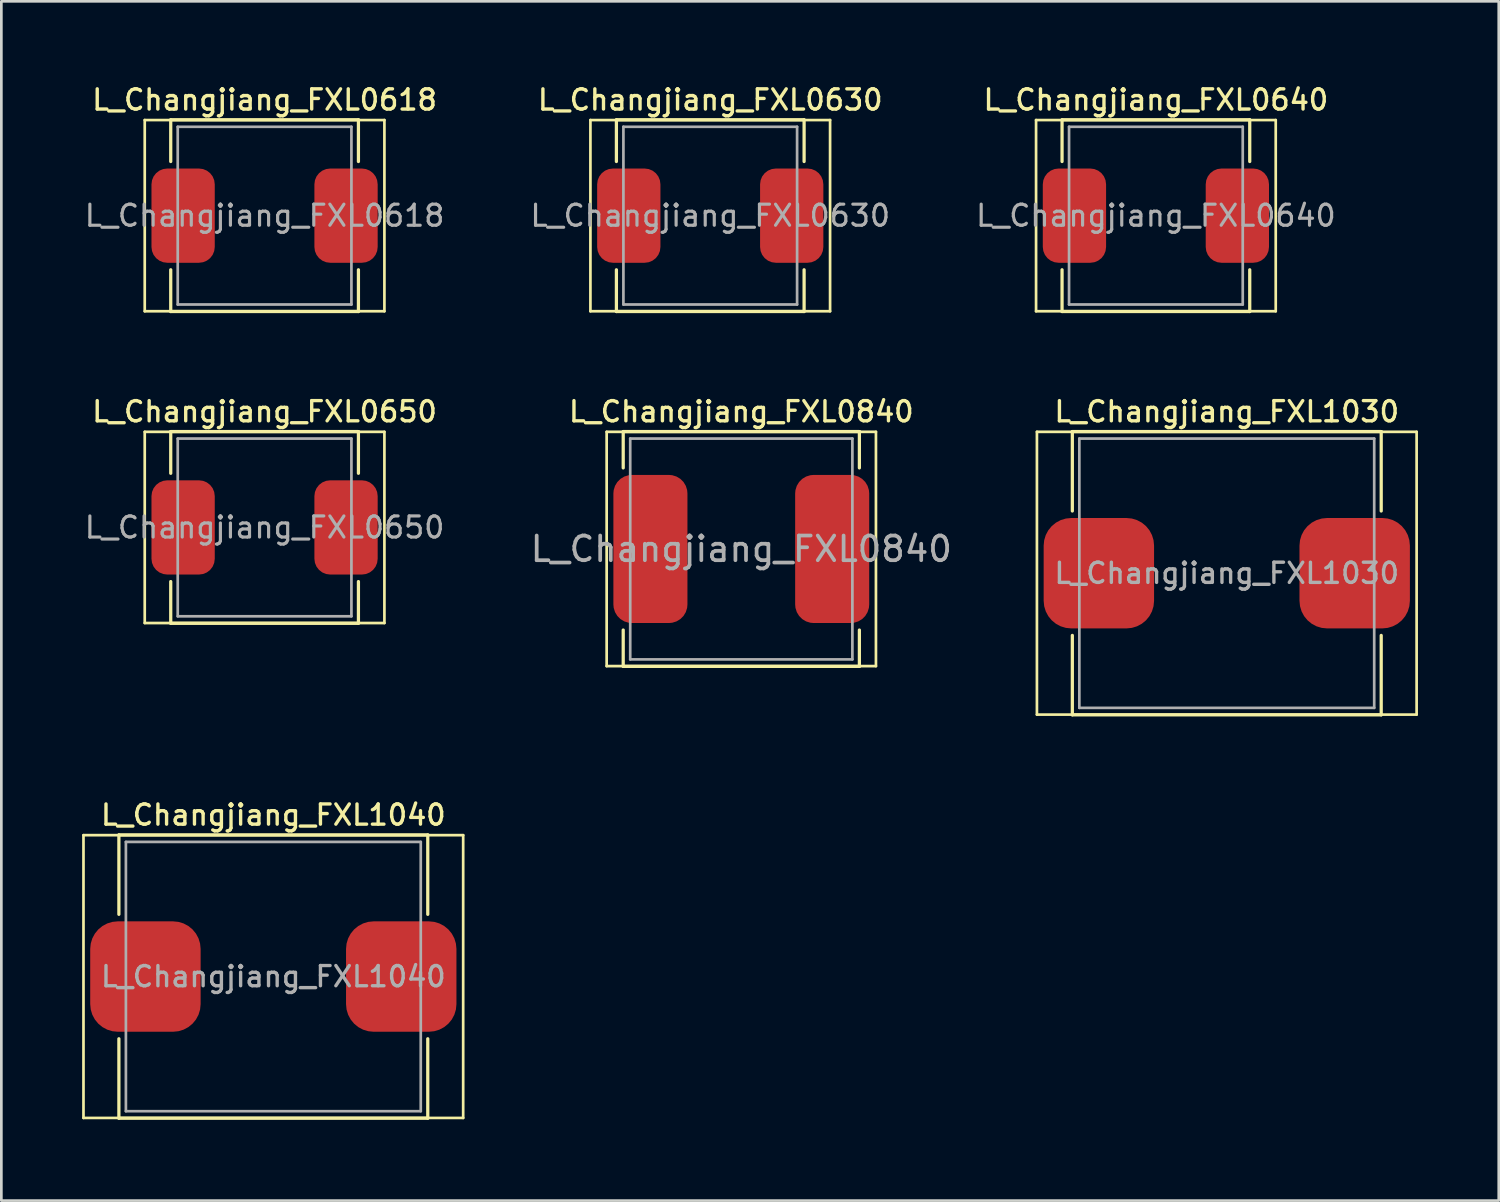
<source format=kicad_pcb>
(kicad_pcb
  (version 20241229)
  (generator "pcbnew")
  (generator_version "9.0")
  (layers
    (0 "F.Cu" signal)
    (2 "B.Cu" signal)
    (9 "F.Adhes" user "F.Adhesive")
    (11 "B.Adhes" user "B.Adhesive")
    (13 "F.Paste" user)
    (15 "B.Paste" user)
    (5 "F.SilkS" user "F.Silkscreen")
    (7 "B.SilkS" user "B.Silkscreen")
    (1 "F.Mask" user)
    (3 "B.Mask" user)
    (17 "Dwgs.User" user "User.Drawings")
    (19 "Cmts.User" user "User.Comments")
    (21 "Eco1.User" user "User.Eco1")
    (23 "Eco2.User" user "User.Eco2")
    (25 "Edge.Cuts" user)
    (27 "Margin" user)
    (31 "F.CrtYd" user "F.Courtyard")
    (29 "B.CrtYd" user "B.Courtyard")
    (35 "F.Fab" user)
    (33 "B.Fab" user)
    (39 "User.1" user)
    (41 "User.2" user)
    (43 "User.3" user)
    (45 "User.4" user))
  (footprint "L_Changjiang_FXL0840"
    (layer "F.Cu")
    (at 24.478 17.336)
    (property "Reference" "L_Changjiang_FXL0840" (at 0 -5.1 0) (layer "F.SilkS") (effects (font (size 0.75 0.75) (thickness 0.125))))
    (attr smd)
    (fp_line (start -5 -4.35) (end -5 4.35) (stroke (width 0.1) (type solid)) (layer "F.SilkS"))
    (fp_line (start -5 4.35) (end 5 4.35) (stroke (width 0.1) (type solid)) (layer "F.SilkS"))
    (fp_line (start -4.385 -4.36) (end -4.385 -3.01) (stroke (width 0.12) (type solid)) (layer "F.SilkS"))
    (fp_line (start -4.385 -4.36) (end 4.385 -4.36) (stroke (width 0.12) (type solid)) (layer "F.SilkS"))
    (fp_line (start -4.385 4.36) (end -4.385 3.01) (stroke (width 0.12) (type solid)) (layer "F.SilkS"))
    (fp_line (start -4.385 4.36) (end 4.385 4.36) (stroke (width 0.12) (type solid)) (layer "F.SilkS"))
    (fp_line (start 4.385 -4.36) (end 4.385 -3.01) (stroke (width 0.12) (type solid)) (layer "F.SilkS"))
    (fp_line (start 4.385 4.36) (end 4.385 3.01) (stroke (width 0.12) (type solid)) (layer "F.SilkS"))
    (fp_line (start 5 -4.35) (end -5 -4.35) (stroke (width 0.1) (type solid)) (layer "F.SilkS"))
    (fp_line (start 5 4.35) (end 5 -4.35) (stroke (width 0.1) (type solid)) (layer "F.SilkS"))
    (fp_line (start -4.125 -4.1) (end -4.125 4.1) (stroke (width 0.1) (type solid)) (layer "F.Fab"))
    (fp_line (start -4.125 4.1) (end 4.125 4.1) (stroke (width 0.1) (type solid)) (layer "F.Fab"))
    (fp_line (start 4.125 -4.1) (end -4.125 -4.1) (stroke (width 0.1) (type solid)) (layer "F.Fab"))
    (fp_line (start 4.125 4.1) (end 4.125 -4.1) (stroke (width 0.1) (type solid)) (layer "F.Fab"))
    (fp_text user "${REFERENCE}" (at 0 0 0) (layer "F.Fab") (effects (font (size 0.917 0.917) (thickness 0.138))))
    (pad "1" smd roundrect (at -3.375 0) (size 2.75 5.5) (layers "F.Cu" "F.Mask" "F.Paste") (roundrect_rratio 0.25))
    (pad "2" smd roundrect (at 3.375 0) (size 2.75 5.5) (layers "F.Cu" "F.Mask" "F.Paste") (roundrect_rratio 0.25)))
  (footprint "L_Changjiang_FXL1040"
    (layer "F.Cu")
    (at 7.1 33.214)
    (property "Reference" "L_Changjiang_FXL1040" (at 0 -6 0) (layer "F.SilkS") (effects (font (size 0.75 0.75) (thickness 0.125))))
    (attr smd)
    (fp_line (start -7.05 -5.25) (end -7.05 5.25) (stroke (width 0.1) (type solid)) (layer "F.SilkS"))
    (fp_line (start -7.05 5.25) (end 7.05 5.25) (stroke (width 0.1) (type solid)) (layer "F.SilkS"))
    (fp_line (start -5.735 -5.26) (end -5.735 -2.31) (stroke (width 0.12) (type solid)) (layer "F.SilkS"))
    (fp_line (start -5.735 -5.26) (end 5.735 -5.26) (stroke (width 0.12) (type solid)) (layer "F.SilkS"))
    (fp_line (start -5.735 5.26) (end -5.735 2.31) (stroke (width 0.12) (type solid)) (layer "F.SilkS"))
    (fp_line (start -5.735 5.26) (end 5.735 5.26) (stroke (width 0.12) (type solid)) (layer "F.SilkS"))
    (fp_line (start 5.735 -5.26) (end 5.735 -2.31) (stroke (width 0.12) (type solid)) (layer "F.SilkS"))
    (fp_line (start 5.735 5.26) (end 5.735 2.31) (stroke (width 0.12) (type solid)) (layer "F.SilkS"))
    (fp_line (start 7.05 -5.25) (end -7.05 -5.25) (stroke (width 0.1) (type solid)) (layer "F.SilkS"))
    (fp_line (start 7.05 5.25) (end 7.05 -5.25) (stroke (width 0.1) (type solid)) (layer "F.SilkS"))
    (fp_line (start -5.475 -5) (end -5.475 5) (stroke (width 0.1) (type solid)) (layer "F.Fab"))
    (fp_line (start -5.475 5) (end 5.475 5) (stroke (width 0.1) (type solid)) (layer "F.Fab"))
    (fp_line (start 5.475 -5) (end -5.475 -5) (stroke (width 0.1) (type solid)) (layer "F.Fab"))
    (fp_line (start 5.475 5) (end 5.475 -5) (stroke (width 0.1) (type solid)) (layer "F.Fab"))
    (fp_text user "${REFERENCE}" (at 0 0 0) (layer "F.Fab") (effects (font (size 0.75 0.75) (thickness 0.125))))
    (pad "1" smd roundrect (at -4.75 0) (size 4.1 4.1) (layers "F.Cu" "F.Mask" "F.Paste") (roundrect_rratio 0.25))
    (pad "2" smd roundrect (at 4.75 0) (size 4.1 4.1) (layers "F.Cu" "F.Mask" "F.Paste") (roundrect_rratio 0.25)))
  (footprint "L_Changjiang_FXL0640"
    (layer "F.Cu")
    (at 39.874 4.958)
    (property "Reference" "L_Changjiang_FXL0640" (at 0 -4.3 0) (layer "F.SilkS") (effects (font (size 0.75 0.75) (thickness 0.125))))
    (attr smd)
    (fp_line (start -4.45 -3.55) (end -4.45 3.55) (stroke (width 0.1) (type solid)) (layer "F.SilkS"))
    (fp_line (start -4.45 3.55) (end 4.45 3.55) (stroke (width 0.1) (type solid)) (layer "F.SilkS"))
    (fp_line (start -3.485 -3.56) (end -3.485 -2.01) (stroke (width 0.12) (type solid)) (layer "F.SilkS"))
    (fp_line (start -3.485 -3.56) (end 3.485 -3.56) (stroke (width 0.12) (type solid)) (layer "F.SilkS"))
    (fp_line (start -3.485 3.56) (end -3.485 2.01) (stroke (width 0.12) (type solid)) (layer "F.SilkS"))
    (fp_line (start -3.485 3.56) (end 3.485 3.56) (stroke (width 0.12) (type solid)) (layer "F.SilkS"))
    (fp_line (start 3.485 -3.56) (end 3.485 -2.01) (stroke (width 0.12) (type solid)) (layer "F.SilkS"))
    (fp_line (start 3.485 3.56) (end 3.485 2.01) (stroke (width 0.12) (type solid)) (layer "F.SilkS"))
    (fp_line (start 4.45 -3.55) (end -4.45 -3.55) (stroke (width 0.1) (type solid)) (layer "F.SilkS"))
    (fp_line (start 4.45 3.55) (end 4.45 -3.55) (stroke (width 0.1) (type solid)) (layer "F.SilkS"))
    (fp_line (start -3.225 -3.3) (end -3.225 3.3) (stroke (width 0.1) (type solid)) (layer "F.Fab"))
    (fp_line (start -3.225 3.3) (end 3.225 3.3) (stroke (width 0.1) (type solid)) (layer "F.Fab"))
    (fp_line (start 3.225 -3.3) (end -3.225 -3.3) (stroke (width 0.1) (type solid)) (layer "F.Fab"))
    (fp_line (start 3.225 3.3) (end 3.225 -3.3) (stroke (width 0.1) (type solid)) (layer "F.Fab"))
    (fp_text user "${REFERENCE}" (at 0 0 0) (layer "F.Fab") (effects (font (size 0.783 0.783) (thickness 0.117))))
    (pad "1" smd roundrect (at -3.025 0) (size 2.35 3.5) (layers "F.Cu" "F.Mask" "F.Paste") (roundrect_rratio 0.25))
    (pad "2" smd roundrect (at 3.025 0) (size 2.35 3.5) (layers "F.Cu" "F.Mask" "F.Paste") (roundrect_rratio 0.25)))
  (footprint "L_Changjiang_FXL0630"
    (layer "F.Cu")
    (at 23.325 4.958)
    (property "Reference" "L_Changjiang_FXL0630" (at 0 -4.3 0) (layer "F.SilkS") (effects (font (size 0.75 0.75) (thickness 0.125))))
    (attr smd)
    (fp_line (start -4.45 -3.55) (end -4.45 3.55) (stroke (width 0.1) (type solid)) (layer "F.SilkS"))
    (fp_line (start -4.45 3.55) (end 4.45 3.55) (stroke (width 0.1) (type solid)) (layer "F.SilkS"))
    (fp_line (start -3.485 -3.56) (end -3.485 -2.01) (stroke (width 0.12) (type solid)) (layer "F.SilkS"))
    (fp_line (start -3.485 -3.56) (end 3.485 -3.56) (stroke (width 0.12) (type solid)) (layer "F.SilkS"))
    (fp_line (start -3.485 3.56) (end -3.485 2.01) (stroke (width 0.12) (type solid)) (layer "F.SilkS"))
    (fp_line (start -3.485 3.56) (end 3.485 3.56) (stroke (width 0.12) (type solid)) (layer "F.SilkS"))
    (fp_line (start 3.485 -3.56) (end 3.485 -2.01) (stroke (width 0.12) (type solid)) (layer "F.SilkS"))
    (fp_line (start 3.485 3.56) (end 3.485 2.01) (stroke (width 0.12) (type solid)) (layer "F.SilkS"))
    (fp_line (start 4.45 -3.55) (end -4.45 -3.55) (stroke (width 0.1) (type solid)) (layer "F.SilkS"))
    (fp_line (start 4.45 3.55) (end 4.45 -3.55) (stroke (width 0.1) (type solid)) (layer "F.SilkS"))
    (fp_line (start -3.225 -3.3) (end -3.225 3.3) (stroke (width 0.1) (type solid)) (layer "F.Fab"))
    (fp_line (start -3.225 3.3) (end 3.225 3.3) (stroke (width 0.1) (type solid)) (layer "F.Fab"))
    (fp_line (start 3.225 -3.3) (end -3.225 -3.3) (stroke (width 0.1) (type solid)) (layer "F.Fab"))
    (fp_line (start 3.225 3.3) (end 3.225 -3.3) (stroke (width 0.1) (type solid)) (layer "F.Fab"))
    (fp_text user "${REFERENCE}" (at 0 0 0) (layer "F.Fab") (effects (font (size 0.783 0.783) (thickness 0.117))))
    (pad "1" smd roundrect (at -3.025 0) (size 2.35 3.5) (layers "F.Cu" "F.Mask" "F.Paste") (roundrect_rratio 0.25))
    (pad "2" smd roundrect (at 3.025 0) (size 2.35 3.5) (layers "F.Cu" "F.Mask" "F.Paste") (roundrect_rratio 0.25)))
  (footprint "L_Changjiang_FXL0650"
    (layer "F.Cu")
    (at 6.775 16.536)
    (property "Reference" "L_Changjiang_FXL0650" (at 0 -4.3 0) (layer "F.SilkS") (effects (font (size 0.75 0.75) (thickness 0.125))))
    (attr smd)
    (fp_line (start -4.45 -3.55) (end -4.45 3.55) (stroke (width 0.1) (type solid)) (layer "F.SilkS"))
    (fp_line (start -4.45 3.55) (end 4.45 3.55) (stroke (width 0.1) (type solid)) (layer "F.SilkS"))
    (fp_line (start -3.485 -3.56) (end -3.485 -2.01) (stroke (width 0.12) (type solid)) (layer "F.SilkS"))
    (fp_line (start -3.485 -3.56) (end 3.485 -3.56) (stroke (width 0.12) (type solid)) (layer "F.SilkS"))
    (fp_line (start -3.485 3.56) (end -3.485 2.01) (stroke (width 0.12) (type solid)) (layer "F.SilkS"))
    (fp_line (start -3.485 3.56) (end 3.485 3.56) (stroke (width 0.12) (type solid)) (layer "F.SilkS"))
    (fp_line (start 3.485 -3.56) (end 3.485 -2.01) (stroke (width 0.12) (type solid)) (layer "F.SilkS"))
    (fp_line (start 3.485 3.56) (end 3.485 2.01) (stroke (width 0.12) (type solid)) (layer "F.SilkS"))
    (fp_line (start 4.45 -3.55) (end -4.45 -3.55) (stroke (width 0.1) (type solid)) (layer "F.SilkS"))
    (fp_line (start 4.45 3.55) (end 4.45 -3.55) (stroke (width 0.1) (type solid)) (layer "F.SilkS"))
    (fp_line (start -3.225 -3.3) (end -3.225 3.3) (stroke (width 0.1) (type solid)) (layer "F.Fab"))
    (fp_line (start -3.225 3.3) (end 3.225 3.3) (stroke (width 0.1) (type solid)) (layer "F.Fab"))
    (fp_line (start 3.225 -3.3) (end -3.225 -3.3) (stroke (width 0.1) (type solid)) (layer "F.Fab"))
    (fp_line (start 3.225 3.3) (end 3.225 -3.3) (stroke (width 0.1) (type solid)) (layer "F.Fab"))
    (fp_text user "${REFERENCE}" (at 0 0 0) (layer "F.Fab") (effects (font (size 0.783 0.783) (thickness 0.117))))
    (pad "1" smd roundrect (at -3.025 0) (size 2.35 3.5) (layers "F.Cu" "F.Mask" "F.Paste") (roundrect_rratio 0.25))
    (pad "2" smd roundrect (at 3.025 0) (size 2.35 3.5) (layers "F.Cu" "F.Mask" "F.Paste") (roundrect_rratio 0.25)))
  (footprint "L_Changjiang_FXL0618"
    (layer "F.Cu")
    (at 6.775 4.958)
    (property "Reference" "L_Changjiang_FXL0618" (at 0 -4.3 0) (layer "F.SilkS") (effects (font (size 0.75 0.75) (thickness 0.125))))
    (attr smd)
    (fp_line (start -4.45 -3.55) (end -4.45 3.55) (stroke (width 0.1) (type solid)) (layer "F.SilkS"))
    (fp_line (start -4.45 3.55) (end 4.45 3.55) (stroke (width 0.1) (type solid)) (layer "F.SilkS"))
    (fp_line (start -3.485 -3.56) (end -3.485 -2.01) (stroke (width 0.12) (type solid)) (layer "F.SilkS"))
    (fp_line (start -3.485 -3.56) (end 3.485 -3.56) (stroke (width 0.12) (type solid)) (layer "F.SilkS"))
    (fp_line (start -3.485 3.56) (end -3.485 2.01) (stroke (width 0.12) (type solid)) (layer "F.SilkS"))
    (fp_line (start -3.485 3.56) (end 3.485 3.56) (stroke (width 0.12) (type solid)) (layer "F.SilkS"))
    (fp_line (start 3.485 -3.56) (end 3.485 -2.01) (stroke (width 0.12) (type solid)) (layer "F.SilkS"))
    (fp_line (start 3.485 3.56) (end 3.485 2.01) (stroke (width 0.12) (type solid)) (layer "F.SilkS"))
    (fp_line (start 4.45 -3.55) (end -4.45 -3.55) (stroke (width 0.1) (type solid)) (layer "F.SilkS"))
    (fp_line (start 4.45 3.55) (end 4.45 -3.55) (stroke (width 0.1) (type solid)) (layer "F.SilkS"))
    (fp_line (start -3.225 -3.3) (end -3.225 3.3) (stroke (width 0.1) (type solid)) (layer "F.Fab"))
    (fp_line (start -3.225 3.3) (end 3.225 3.3) (stroke (width 0.1) (type solid)) (layer "F.Fab"))
    (fp_line (start 3.225 -3.3) (end -3.225 -3.3) (stroke (width 0.1) (type solid)) (layer "F.Fab"))
    (fp_line (start 3.225 3.3) (end 3.225 -3.3) (stroke (width 0.1) (type solid)) (layer "F.Fab"))
    (fp_text user "${REFERENCE}" (at 0 0 0) (layer "F.Fab") (effects (font (size 0.783 0.783) (thickness 0.117))))
    (pad "1" smd roundrect (at -3.025 0) (size 2.35 3.5) (layers "F.Cu" "F.Mask" "F.Paste") (roundrect_rratio 0.25))
    (pad "2" smd roundrect (at 3.025 0) (size 2.35 3.5) (layers "F.Cu" "F.Mask" "F.Paste") (roundrect_rratio 0.25)))
  (footprint "L_Changjiang_FXL1030"
    (layer "F.Cu")
    (at 42.506 18.236)
    (property "Reference" "L_Changjiang_FXL1030" (at 0 -6 0) (layer "F.SilkS") (effects (font (size 0.75 0.75) (thickness 0.125))))
    (attr smd)
    (fp_line (start -7.05 -5.25) (end -7.05 5.25) (stroke (width 0.1) (type solid)) (layer "F.SilkS"))
    (fp_line (start -7.05 5.25) (end 7.05 5.25) (stroke (width 0.1) (type solid)) (layer "F.SilkS"))
    (fp_line (start -5.735 -5.26) (end -5.735 -2.31) (stroke (width 0.12) (type solid)) (layer "F.SilkS"))
    (fp_line (start -5.735 -5.26) (end 5.735 -5.26) (stroke (width 0.12) (type solid)) (layer "F.SilkS"))
    (fp_line (start -5.735 5.26) (end -5.735 2.31) (stroke (width 0.12) (type solid)) (layer "F.SilkS"))
    (fp_line (start -5.735 5.26) (end 5.735 5.26) (stroke (width 0.12) (type solid)) (layer "F.SilkS"))
    (fp_line (start 5.735 -5.26) (end 5.735 -2.31) (stroke (width 0.12) (type solid)) (layer "F.SilkS"))
    (fp_line (start 5.735 5.26) (end 5.735 2.31) (stroke (width 0.12) (type solid)) (layer "F.SilkS"))
    (fp_line (start 7.05 -5.25) (end -7.05 -5.25) (stroke (width 0.1) (type solid)) (layer "F.SilkS"))
    (fp_line (start 7.05 5.25) (end 7.05 -5.25) (stroke (width 0.1) (type solid)) (layer "F.SilkS"))
    (fp_line (start -5.475 -5) (end -5.475 5) (stroke (width 0.1) (type solid)) (layer "F.Fab"))
    (fp_line (start -5.475 5) (end 5.475 5) (stroke (width 0.1) (type solid)) (layer "F.Fab"))
    (fp_line (start 5.475 -5) (end -5.475 -5) (stroke (width 0.1) (type solid)) (layer "F.Fab"))
    (fp_line (start 5.475 5) (end 5.475 -5) (stroke (width 0.1) (type solid)) (layer "F.Fab"))
    (fp_text user "${REFERENCE}" (at 0 0 0) (layer "F.Fab") (effects (font (size 0.75 0.75) (thickness 0.125))))
    (pad "1" smd roundrect (at -4.75 0) (size 4.1 4.1) (layers "F.Cu" "F.Mask" "F.Paste") (roundrect_rratio 0.25))
    (pad "2" smd roundrect (at 4.75 0) (size 4.1 4.1) (layers "F.Cu" "F.Mask" "F.Paste") (roundrect_rratio 0.25)))
  (gr_rect
    (start -3 -3)
    (end 52.606 41.534)
    (stroke (width 0.1) (type default))
    (fill no)
    (layer "Edge.Cuts")))
</source>
